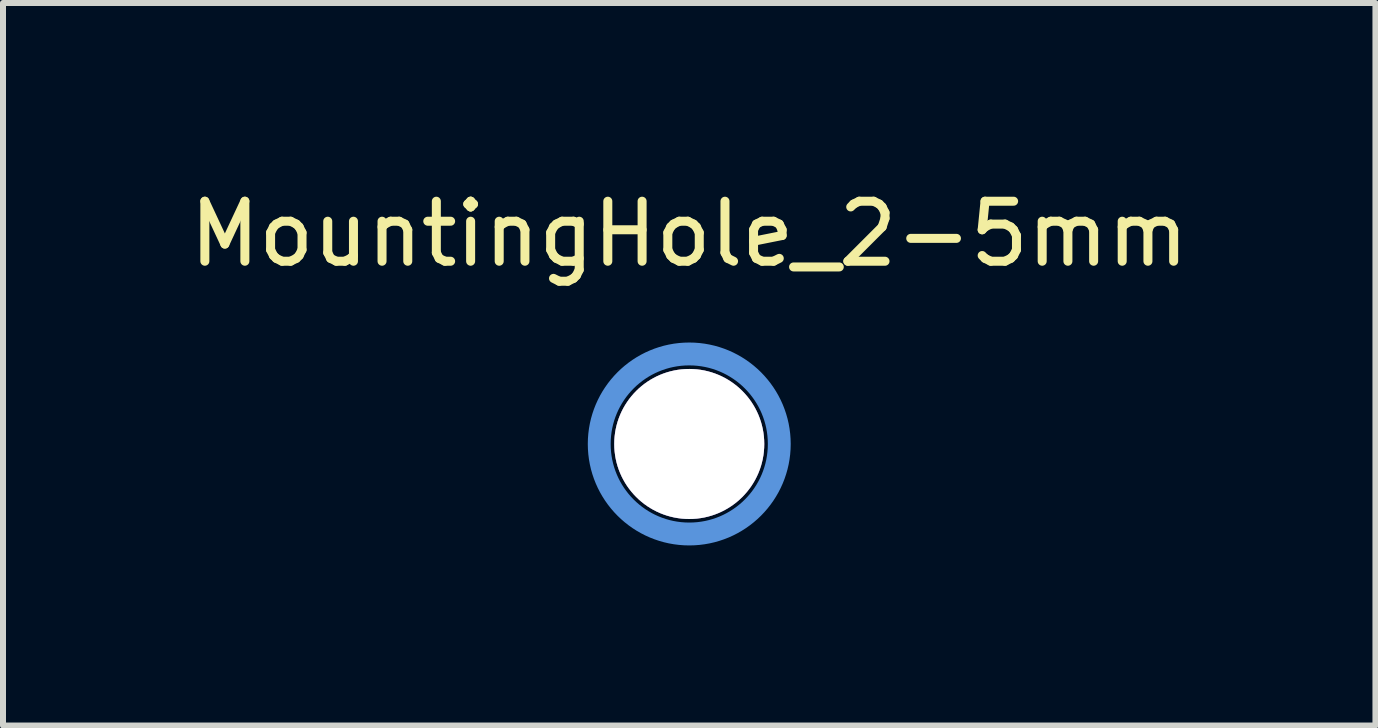
<source format=kicad_pcb>
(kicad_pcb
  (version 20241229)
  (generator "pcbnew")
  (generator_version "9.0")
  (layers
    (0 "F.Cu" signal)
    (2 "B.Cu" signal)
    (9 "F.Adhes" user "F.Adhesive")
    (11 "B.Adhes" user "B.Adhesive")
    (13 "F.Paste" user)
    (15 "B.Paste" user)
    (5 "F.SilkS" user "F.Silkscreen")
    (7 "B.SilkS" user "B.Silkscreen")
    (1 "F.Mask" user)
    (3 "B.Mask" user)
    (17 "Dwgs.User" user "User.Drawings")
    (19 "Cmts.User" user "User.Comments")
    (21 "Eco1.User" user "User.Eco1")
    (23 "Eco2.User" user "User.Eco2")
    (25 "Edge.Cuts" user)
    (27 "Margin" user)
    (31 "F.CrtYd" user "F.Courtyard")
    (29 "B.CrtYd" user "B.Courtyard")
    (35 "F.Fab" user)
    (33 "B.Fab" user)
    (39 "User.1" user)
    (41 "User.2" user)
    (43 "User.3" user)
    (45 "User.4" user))
  (footprint "MountingHole_2-5mm"
    (layer "F.Cu")
    (at 8.435 4.348)
    (property "Reference" "MountingHole_2-5mm" (at 0 -3.5 0) (layer "F.SilkS") (effects (font (size 1 1) (thickness 0.15))))
    (attr through_hole)
    (fp_circle (center 0 0) (end 1.5 0) (stroke (width 0.381) (type solid)) (fill no) (layer "Cmts.User"))
    (pad "" thru_hole circle (at 0 0) (size 2.5 2.5) (drill 2.5) (layers)))
  (gr_rect
    (start -3 -3)
    (end 19.869 9.039)
    (stroke (width 0.1) (type default))
    (fill no)
    (layer "Edge.Cuts")))
</source>
